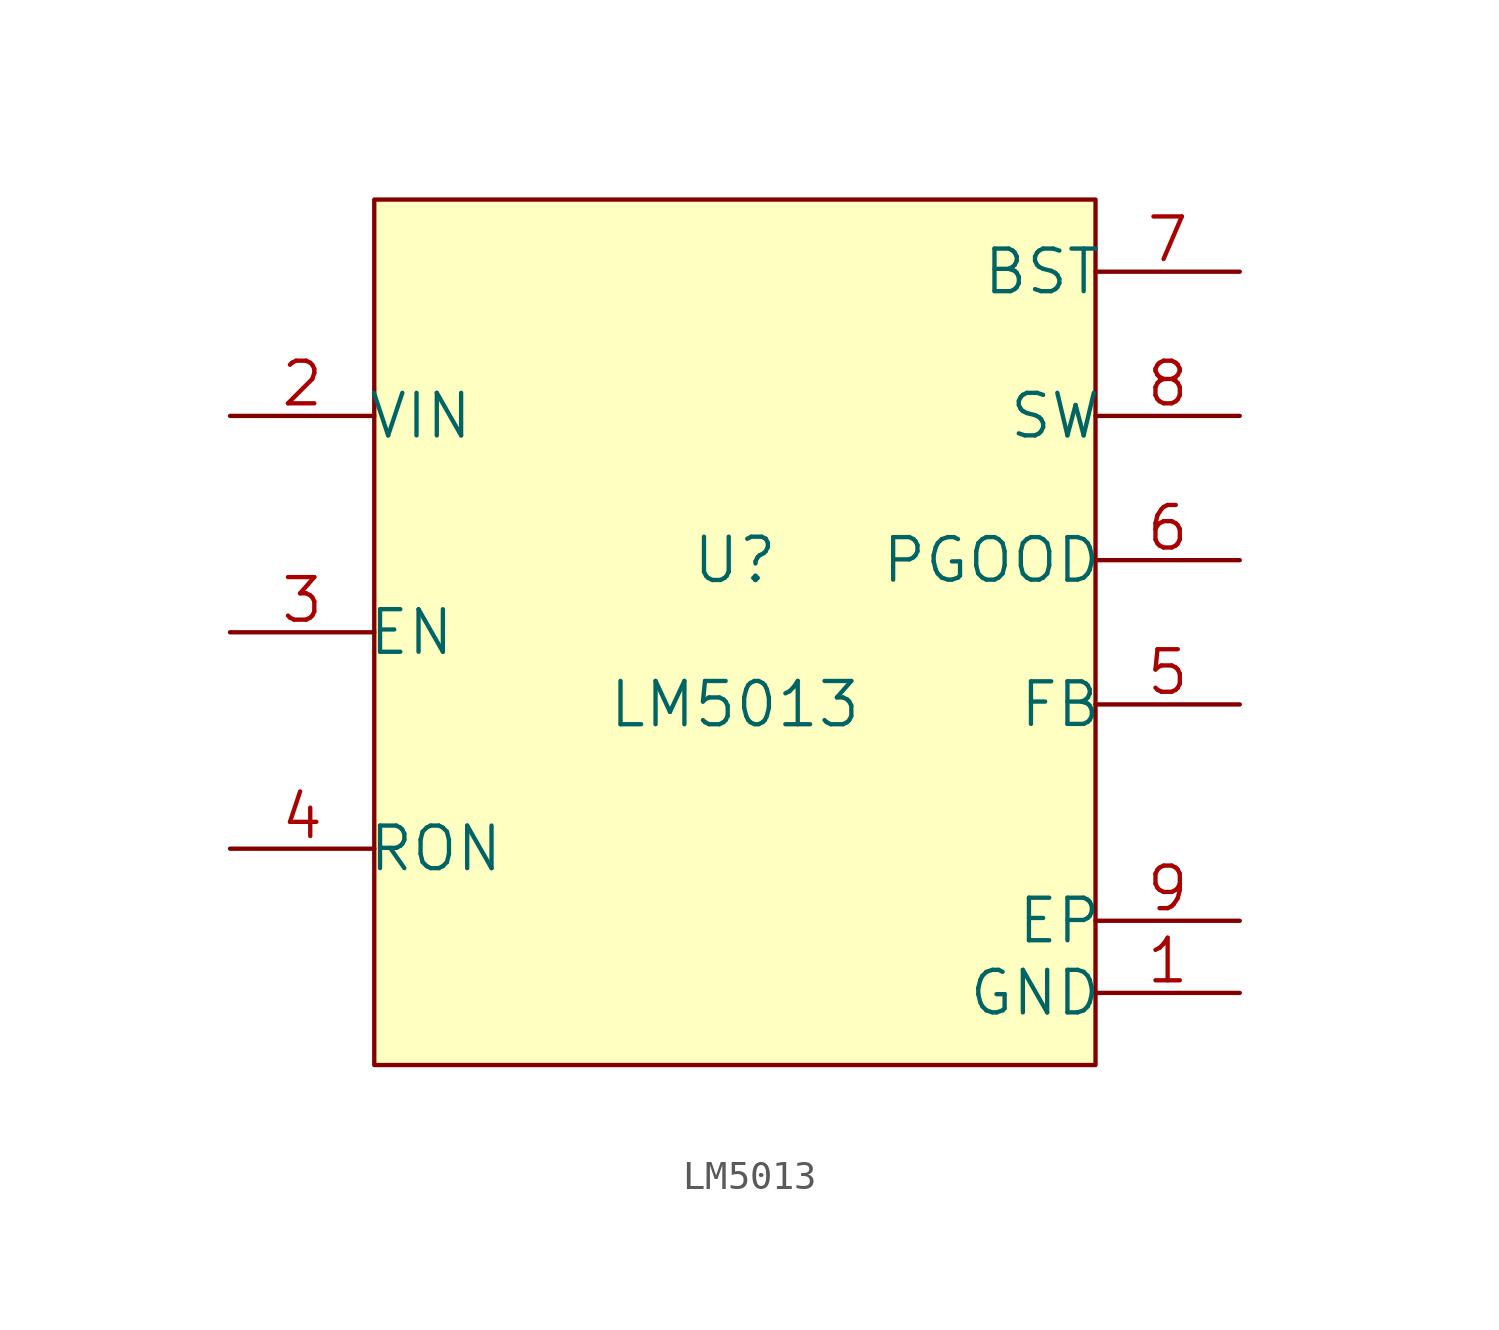
<source format=kicad_sym>
(kicad_symbol_lib
  (version 20211014)
  (generator kicad_symbol_editor)
  (symbol "LM5013"
    (pin_names
      (offset -0.254))
    (property "Reference" "U"
      (at 0 2.54 0)
      (effects (font (size 1.524 1.524))))
    (property "Value" "LM5013"
      (at 0 -2.54 0)
      (effects (font (size 1.524 1.524))))
    (property "Datasheet" ""
      (at 0 0 0)
      (effects (font (size 1.524 1.524))))
    (property "ki_locked" ""
      (at 0 0 0)
      (effects (font (size 1.27 1.27))))
    (symbol "LM5013_1_1"
      (rectangle (start -12.7 15.24) (end 12.7 -15.24) (stroke (width 0) (type default) (color 0 0 0 0)) (fill (type background)))
      (pin power_in line (at 17.78 -12.7 180) (length 5.08) (name "GND" (effects (font (size 1.499 1.499)))) (number "1" (effects (font (size 1.499 1.499)))))
      (pin power_in line (at -17.78 7.62 0) (length 5.08) (name "VIN" (effects (font (size 1.499 1.499)))) (number "2" (effects (font (size 1.499 1.499)))))
      (pin input line (at -17.78 0 0) (length 5.08) (name "EN" (effects (font (size 1.499 1.499)))) (number "3" (effects (font (size 1.499 1.499)))))
      (pin input line (at -17.78 -7.62 0) (length 5.08) (name "RON" (effects (font (size 1.499 1.499)))) (number "4" (effects (font (size 1.499 1.499)))))
      (pin input line (at 17.78 -2.54 180) (length 5.08) (name "FB" (effects (font (size 1.499 1.499)))) (number "5" (effects (font (size 1.499 1.499)))))
      (pin output line (at 17.78 2.54 180) (length 5.08) (name "PGOOD" (effects (font (size 1.499 1.499)))) (number "6" (effects (font (size 1.499 1.499)))))
      (pin power_in line (at 17.78 12.7 180) (length 5.08) (name "BST" (effects (font (size 1.499 1.499)))) (number "7" (effects (font (size 1.499 1.499)))))
      (pin power_in line (at 17.78 7.62 180) (length 5.08) (name "SW" (effects (font (size 1.499 1.499)))) (number "8" (effects (font (size 1.499 1.499)))))
      (pin passive line (at 17.78 -10.16 180) (length 5.08) (name "EP" (effects (font (size 1.499 1.499)))) (number "9" (effects (font (size 1.499 1.499))))))))
</source>
